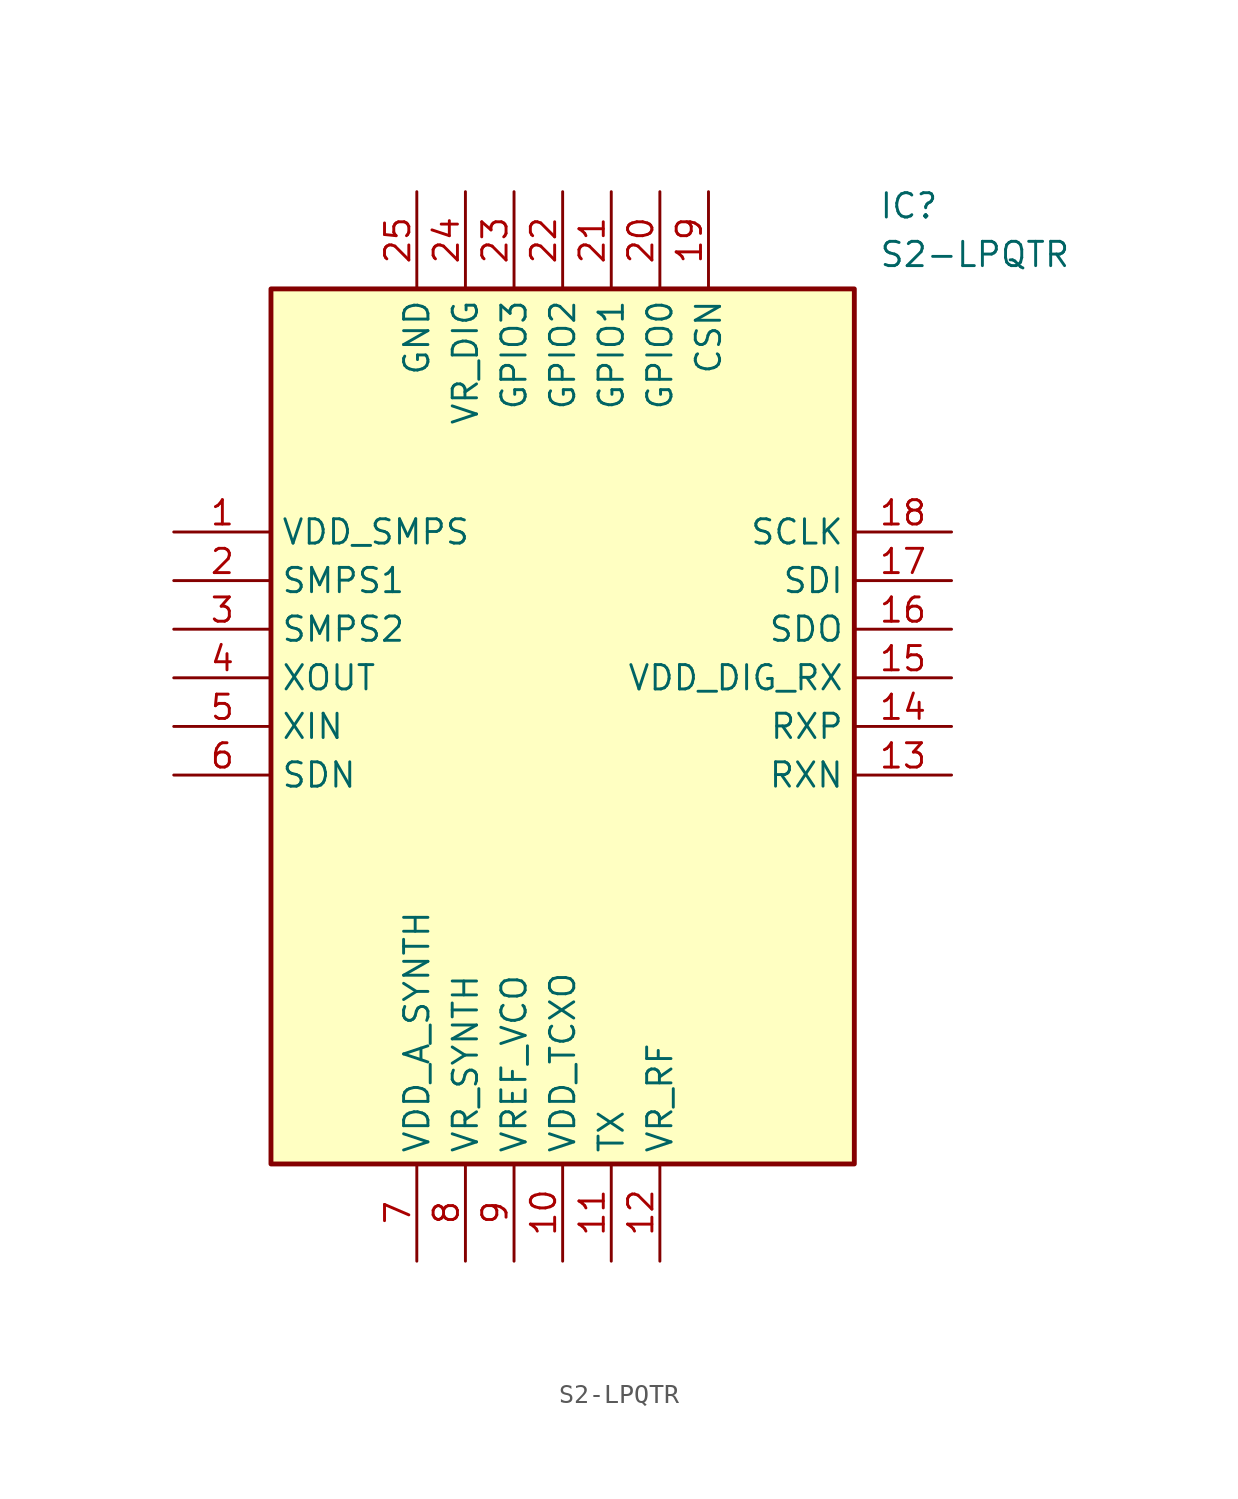
<source format=kicad_sym>
(kicad_symbol_lib
  (version 20211014)
  (generator SamacSys_ECAD_Model)
  (symbol "S2-LPQTR"
    (property "Reference" "IC"
      (at 36.83 17.78 0)
      (effects (font (size 1.27 1.27)) (justify left top)))
    (property "Value" "S2-LPQTR"
      (at 36.83 15.24 0)
      (effects (font (size 1.27 1.27)) (justify left top)))
    (rectangle
      (start 5.08 12.7)
      (end 35.56 -33.02)
      (stroke (width 0.254) (type default))
      (fill (type background)))
    (pin power_in line
      (at 0 0 0)
      (length 5.08)
      (name "VDD_SMPS" (effects (font (size 1.27 1.27))))
      (number "1" (effects (font (size 1.27 1.27)))))
    (pin power_in line
      (at 0 -2.54 0)
      (length 5.08)
      (name "SMPS1" (effects (font (size 1.27 1.27))))
      (number "2" (effects (font (size 1.27 1.27)))))
    (pin power_in line
      (at 0 -5.08 0)
      (length 5.08)
      (name "SMPS2" (effects (font (size 1.27 1.27))))
      (number "3" (effects (font (size 1.27 1.27)))))
    (pin passive line
      (at 0 -7.62 0)
      (length 5.08)
      (name "XOUT" (effects (font (size 1.27 1.27))))
      (number "4" (effects (font (size 1.27 1.27)))))
    (pin input line
      (at 0 -10.16 0)
      (length 5.08)
      (name "XIN" (effects (font (size 1.27 1.27))))
      (number "5" (effects (font (size 1.27 1.27)))))
    (pin input line
      (at 0 -12.7 0)
      (length 5.08)
      (name "SDN" (effects (font (size 1.27 1.27))))
      (number "6" (effects (font (size 1.27 1.27)))))
    (pin power_in line
      (at 12.7 -38.1 90)
      (length 5.08)
      (name "VDD_A_SYNTH" (effects (font (size 1.27 1.27))))
      (number "7" (effects (font (size 1.27 1.27)))))
    (pin power_in line
      (at 15.24 -38.1 90)
      (length 5.08)
      (name "VR_SYNTH" (effects (font (size 1.27 1.27))))
      (number "8" (effects (font (size 1.27 1.27)))))
    (pin power_in line
      (at 17.78 -38.1 90)
      (length 5.08)
      (name "VREF_VCO" (effects (font (size 1.27 1.27))))
      (number "9" (effects (font (size 1.27 1.27)))))
    (pin power_in line
      (at 20.32 -38.1 90)
      (length 5.08)
      (name "VDD_TCXO" (effects (font (size 1.27 1.27))))
      (number "10" (effects (font (size 1.27 1.27)))))
    (pin output line
      (at 22.86 -38.1 90)
      (length 5.08)
      (name "TX" (effects (font (size 1.27 1.27))))
      (number "11" (effects (font (size 1.27 1.27)))))
    (pin power_in line
      (at 25.4 -38.1 90)
      (length 5.08)
      (name "VR_RF" (effects (font (size 1.27 1.27))))
      (number "12" (effects (font (size 1.27 1.27)))))
    (pin bidirectional line
      (at 40.64 0 180)
      (length 5.08)
      (name "SCLK" (effects (font (size 1.27 1.27))))
      (number "18" (effects (font (size 1.27 1.27)))))
    (pin bidirectional line
      (at 40.64 -2.54 180)
      (length 5.08)
      (name "SDI" (effects (font (size 1.27 1.27))))
      (number "17" (effects (font (size 1.27 1.27)))))
    (pin bidirectional line
      (at 40.64 -5.08 180)
      (length 5.08)
      (name "SDO" (effects (font (size 1.27 1.27))))
      (number "16" (effects (font (size 1.27 1.27)))))
    (pin power_in line
      (at 40.64 -7.62 180)
      (length 5.08)
      (name "VDD_DIG_RX" (effects (font (size 1.27 1.27))))
      (number "15" (effects (font (size 1.27 1.27)))))
    (pin input line
      (at 40.64 -10.16 180)
      (length 5.08)
      (name "RXP" (effects (font (size 1.27 1.27))))
      (number "14" (effects (font (size 1.27 1.27)))))
    (pin input line
      (at 40.64 -12.7 180)
      (length 5.08)
      (name "RXN" (effects (font (size 1.27 1.27))))
      (number "13" (effects (font (size 1.27 1.27)))))
    (pin power_in line
      (at 12.7 17.78 270)
      (length 5.08)
      (name "GND" (effects (font (size 1.27 1.27))))
      (number "25" (effects (font (size 1.27 1.27)))))
    (pin power_in line
      (at 15.24 17.78 270)
      (length 5.08)
      (name "VR_DIG" (effects (font (size 1.27 1.27))))
      (number "24" (effects (font (size 1.27 1.27)))))
    (pin bidirectional line
      (at 17.78 17.78 270)
      (length 5.08)
      (name "GPIO3" (effects (font (size 1.27 1.27))))
      (number "23" (effects (font (size 1.27 1.27)))))
    (pin bidirectional line
      (at 20.32 17.78 270)
      (length 5.08)
      (name "GPIO2" (effects (font (size 1.27 1.27))))
      (number "22" (effects (font (size 1.27 1.27)))))
    (pin bidirectional line
      (at 22.86 17.78 270)
      (length 5.08)
      (name "GPIO1" (effects (font (size 1.27 1.27))))
      (number "21" (effects (font (size 1.27 1.27)))))
    (pin bidirectional line
      (at 25.4 17.78 270)
      (length 5.08)
      (name "GPIO0" (effects (font (size 1.27 1.27))))
      (number "20" (effects (font (size 1.27 1.27)))))
    (pin bidirectional line
      (at 27.94 17.78 270)
      (length 5.08)
      (name "CSN" (effects (font (size 1.27 1.27))))
      (number "19" (effects (font (size 1.27 1.27)))))))
</source>
